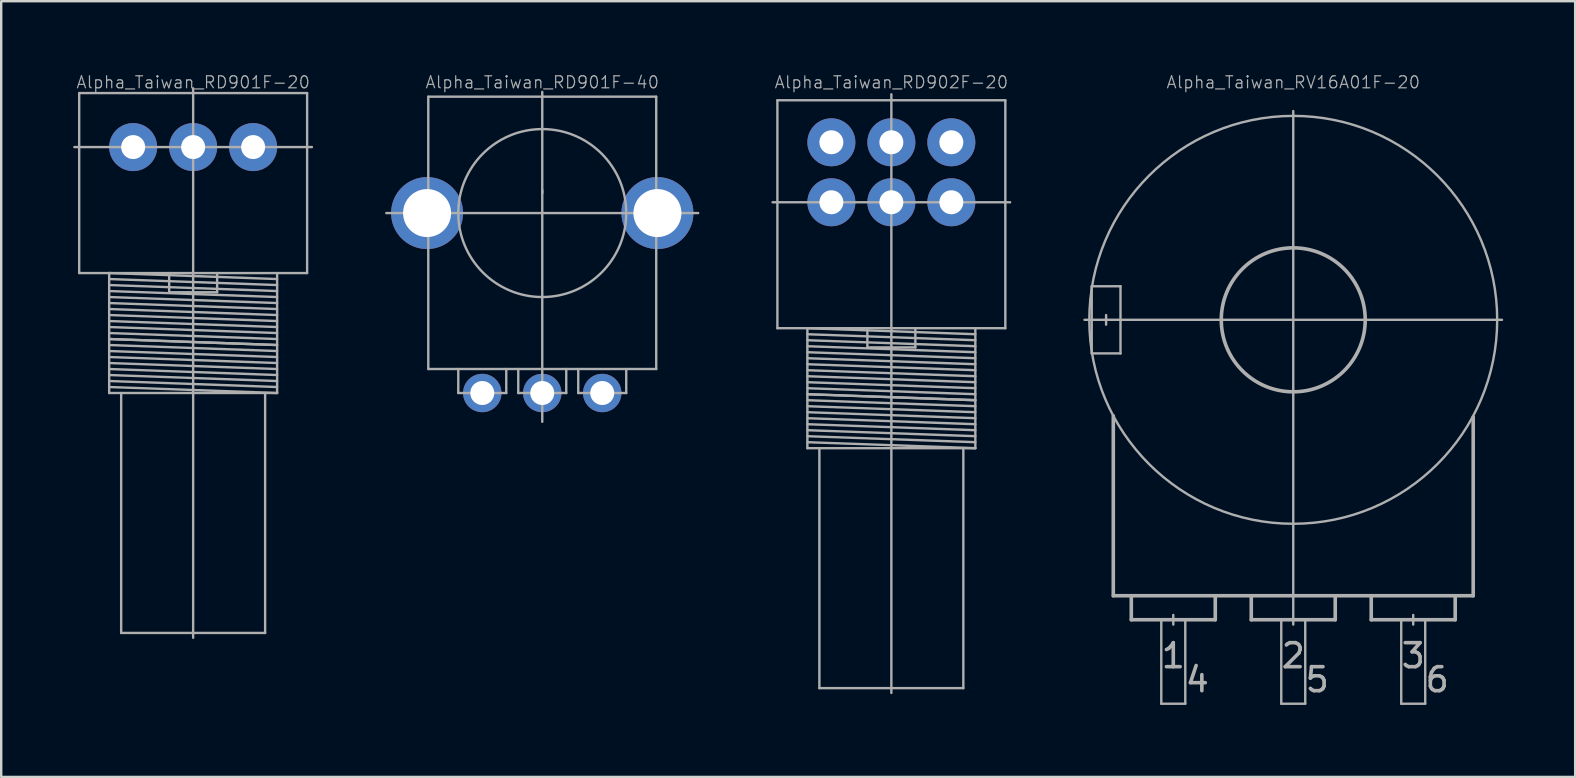
<source format=kicad_pcb>
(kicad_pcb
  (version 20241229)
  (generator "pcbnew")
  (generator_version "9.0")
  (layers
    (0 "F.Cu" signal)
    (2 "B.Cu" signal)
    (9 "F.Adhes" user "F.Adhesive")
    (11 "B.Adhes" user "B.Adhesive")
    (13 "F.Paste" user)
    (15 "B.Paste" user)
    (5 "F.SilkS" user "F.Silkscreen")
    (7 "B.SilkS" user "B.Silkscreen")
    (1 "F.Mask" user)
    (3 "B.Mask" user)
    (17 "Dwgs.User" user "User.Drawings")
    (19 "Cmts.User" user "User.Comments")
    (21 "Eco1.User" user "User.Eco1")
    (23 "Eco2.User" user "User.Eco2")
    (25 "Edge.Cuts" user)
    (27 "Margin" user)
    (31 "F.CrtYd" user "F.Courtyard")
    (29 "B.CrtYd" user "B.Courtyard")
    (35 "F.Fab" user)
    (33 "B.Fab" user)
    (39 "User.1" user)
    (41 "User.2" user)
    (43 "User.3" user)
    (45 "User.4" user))
  (footprint "Alpha_Taiwan_RD901F-40"
    (layer "F.Cu")
    (at 19.55 5.83)
    (property "Reference" "Alpha_Taiwan_RD901F-40" (at 0 -5.45 0) (layer "F.Fab") (effects (font (size 0.5 0.5) (thickness 0.05))))
    (attr through_hole)
    (fp_line (start -4.75 -4.85) (end 4.75 -4.85) (stroke (width 0.1) (type solid)) (layer "F.Fab"))
    (fp_line (start -4.75 6.5) (end -4.75 -4.85) (stroke (width 0.1) (type solid)) (layer "F.Fab"))
    (fp_line (start -3.5 6.5) (end -3.5 7.5) (stroke (width 0.1) (type solid)) (layer "F.Fab"))
    (fp_line (start -3.5 7.5) (end -1.5 7.5) (stroke (width 0.1) (type solid)) (layer "F.Fab"))
    (fp_line (start -1.5 7.5) (end -1.5 6.5) (stroke (width 0.1) (type solid)) (layer "F.Fab"))
    (fp_line (start -1 6.5) (end -1 7.5) (stroke (width 0.1) (type solid)) (layer "F.Fab"))
    (fp_line (start -1 7.5) (end 1 7.5) (stroke (width 0.1) (type solid)) (layer "F.Fab"))
    (fp_line (start 0 -5.05) (end 0 8.7) (stroke (width 0.1) (type solid)) (layer "F.Fab"))
    (fp_line (start 0 -0.825) (end 0 -0.95) (stroke (width 0.1) (type solid)) (layer "F.Fab"))
    (fp_line (start 1 7.5) (end 1 6.5) (stroke (width 0.1) (type solid)) (layer "F.Fab"))
    (fp_line (start 1.5 6.5) (end 1.5 7.5) (stroke (width 0.1) (type solid)) (layer "F.Fab"))
    (fp_line (start 1.5 7.5) (end 3.5 7.5) (stroke (width 0.1) (type solid)) (layer "F.Fab"))
    (fp_line (start 3.5 7.5) (end 3.5 6.5) (stroke (width 0.1) (type solid)) (layer "F.Fab"))
    (fp_line (start 4.75 -4.85) (end 4.75 6.5) (stroke (width 0.1) (type solid)) (layer "F.Fab"))
    (fp_line (start 4.75 6.5) (end -4.75 6.5) (stroke (width 0.1) (type solid)) (layer "F.Fab"))
    (fp_line (start 6.5 0) (end -6.5 0) (stroke (width 0.1) (type solid)) (layer "F.Fab"))
    (fp_circle (center 0 0) (end 3.5 0) (stroke (width 0.1) (type solid)) (fill no) (layer "F.Fab"))
    (pad "1" thru_hole circle (at -2.5 7.5) (size 1.6 1.6) (drill 1) (layers "*.Cu" "*.Mask"))
    (pad "2" thru_hole circle (at 0 7.5) (size 1.6 1.6) (drill 1) (layers "*.Cu" "*.Mask"))
    (pad "3" thru_hole circle (at 2.5 7.5) (size 1.6 1.6) (drill 1) (layers "*.Cu" "*.Mask"))
    (pad "MH" thru_hole circle (at -4.8 0) (size 3 3) (drill 2) (layers "*.Cu" "*.Mask"))
    (pad "MH" thru_hole circle (at 4.8 0) (size 3 3) (drill 2) (layers "*.Cu" "*.Mask")))
  (footprint "Alpha_Taiwan_RD902F-20"
    (layer "F.Cu")
    (at 34.1 5.38)
    (property "Reference" "Alpha_Taiwan_RD902F-20" (at 0 -5 0) (layer "F.Fab") (effects (font (size 0.5 0.5) (thickness 0.05))))
    (attr through_hole)
    (fp_line (start -4.95 0) (end 4.95 0) (stroke (width 0.1) (type solid)) (layer "F.Fab"))
    (fp_line (start -4.75 -4.25) (end -4.75 5.25) (stroke (width 0.1) (type solid)) (layer "F.Fab"))
    (fp_line (start -4.75 5.25) (end 4.75 5.25) (stroke (width 0.1) (type solid)) (layer "F.Fab"))
    (fp_line (start -3.5 5.25) (end -3.5 10.25) (stroke (width 0.1) (type solid)) (layer "F.Fab"))
    (fp_line (start -3.5 5.25) (end 3.5 5.5) (stroke (width 0.1) (type solid)) (layer "F.Fab"))
    (fp_line (start -3.5 5.5) (end 3.5 5.75) (stroke (width 0.1) (type solid)) (layer "F.Fab"))
    (fp_line (start -3.5 5.75) (end 3.5 6) (stroke (width 0.1) (type solid)) (layer "F.Fab"))
    (fp_line (start -3.5 10.25) (end 3.5 10.25) (stroke (width 0.1) (type solid)) (layer "F.Fab"))
    (fp_line (start -3 10.25) (end -3 20.25) (stroke (width 0.1) (type solid)) (layer "F.Fab"))
    (fp_line (start -3 20.25) (end 3 20.25) (stroke (width 0.1) (type solid)) (layer "F.Fab"))
    (fp_line (start -1 5.25) (end -1 6.05) (stroke (width 0.1) (type solid)) (layer "F.Fab"))
    (fp_line (start -1 6.05) (end 1 6.05) (stroke (width 0.1) (type solid)) (layer "F.Fab"))
    (fp_line (start 0 -4.5) (end 0 20.45) (stroke (width 0.1) (type solid)) (layer "F.Fab"))
    (fp_line (start 1 6.05) (end 1 5.25) (stroke (width 0.1) (type solid)) (layer "F.Fab"))
    (fp_line (start 3 20.25) (end 3 10.25) (stroke (width 0.1) (type solid)) (layer "F.Fab"))
    (fp_line (start 3.5 6.25) (end -3.5 6) (stroke (width 0.1) (type solid)) (layer "F.Fab"))
    (fp_line (start 3.5 6.5) (end -3.5 6.25) (stroke (width 0.1) (type solid)) (layer "F.Fab"))
    (fp_line (start 3.5 6.75) (end -3.5 6.5) (stroke (width 0.1) (type solid)) (layer "F.Fab"))
    (fp_line (start 3.5 7) (end -3.5 6.75) (stroke (width 0.1) (type solid)) (layer "F.Fab"))
    (fp_line (start 3.5 7.25) (end -3.5 7) (stroke (width 0.1) (type solid)) (layer "F.Fab"))
    (fp_line (start 3.5 7.5) (end -3.5 7.25) (stroke (width 0.1) (type solid)) (layer "F.Fab"))
    (fp_line (start 3.5 7.75) (end -3.5 7.5) (stroke (width 0.1) (type solid)) (layer "F.Fab"))
    (fp_line (start 3.5 8) (end -3.5 7.75) (stroke (width 0.1) (type solid)) (layer "F.Fab"))
    (fp_line (start 3.5 8.25) (end -3.5 8) (stroke (width 0.1) (type solid)) (layer "F.Fab"))
    (fp_line (start 3.5 8.25) (end -3.5 8) (stroke (width 0.1) (type solid)) (layer "F.Fab"))
    (fp_line (start 3.5 8.5) (end -3.5 8.25) (stroke (width 0.1) (type solid)) (layer "F.Fab"))
    (fp_line (start 3.5 8.75) (end -3.5 8.5) (stroke (width 0.1) (type solid)) (layer "F.Fab"))
    (fp_line (start 3.5 9) (end -3.5 8.75) (stroke (width 0.1) (type solid)) (layer "F.Fab"))
    (fp_line (start 3.5 9.25) (end -3.5 9) (stroke (width 0.1) (type solid)) (layer "F.Fab"))
    (fp_line (start 3.5 9.5) (end -3.5 9.25) (stroke (width 0.1) (type solid)) (layer "F.Fab"))
    (fp_line (start 3.5 9.75) (end -3.5 9.5) (stroke (width 0.1) (type solid)) (layer "F.Fab"))
    (fp_line (start 3.5 10) (end -3.5 9.75) (stroke (width 0.1) (type solid)) (layer "F.Fab"))
    (fp_line (start 3.5 10.25) (end -3.5 10) (stroke (width 0.1) (type solid)) (layer "F.Fab"))
    (fp_line (start 3.5 10.25) (end 3.5 5.25) (stroke (width 0.1) (type solid)) (layer "F.Fab"))
    (fp_line (start 4.75 -4.25) (end -4.75 -4.25) (stroke (width 0.1) (type solid)) (layer "F.Fab"))
    (fp_line (start 4.75 5.25) (end 4.75 -4.25) (stroke (width 0.1) (type solid)) (layer "F.Fab"))
    (pad "1" thru_hole circle (at -2.5 0) (size 2 2) (drill 1) (layers "*.Cu" "*.Mask"))
    (pad "2" thru_hole circle (at 0 0) (size 2 2) (drill 1) (layers "*.Cu" "*.Mask"))
    (pad "3" thru_hole circle (at 2.5 0) (size 2 2) (drill 1) (layers "*.Cu" "*.Mask"))
    (pad "4" thru_hole circle (at -2.5 -2.5) (size 2 2) (drill 1) (layers "*.Cu" "*.Mask"))
    (pad "5" thru_hole circle (at 0 -2.5) (size 2 2) (drill 1) (layers "*.Cu" "*.Mask"))
    (pad "6" thru_hole circle (at 2.5 -2.5) (size 2 2) (drill 1) (layers "*.Cu" "*.Mask")))
  (footprint "Alpha_Taiwan_RD901F-20"
    (layer "F.Cu")
    (at 5 3.08)
    (property "Reference" "Alpha_Taiwan_RD901F-20" (at 0 -2.7 0) (layer "F.Fab") (effects (font (size 0.5 0.5) (thickness 0.05))))
    (attr through_hole)
    (fp_line (start -4.95 0) (end 4.95 0) (stroke (width 0.1) (type solid)) (layer "F.Fab"))
    (fp_line (start -4.75 -2.25) (end -4.75 5.25) (stroke (width 0.1) (type solid)) (layer "F.Fab"))
    (fp_line (start -4.75 5.25) (end 4.75 5.25) (stroke (width 0.1) (type solid)) (layer "F.Fab"))
    (fp_line (start -3.5 5.25) (end -3.5 10.25) (stroke (width 0.1) (type solid)) (layer "F.Fab"))
    (fp_line (start -3.5 5.25) (end 3.5 5.5) (stroke (width 0.1) (type solid)) (layer "F.Fab"))
    (fp_line (start -3.5 5.5) (end 3.5 5.75) (stroke (width 0.1) (type solid)) (layer "F.Fab"))
    (fp_line (start -3.5 5.75) (end 3.5 6) (stroke (width 0.1) (type solid)) (layer "F.Fab"))
    (fp_line (start -3.5 10.25) (end 3.5 10.25) (stroke (width 0.1) (type solid)) (layer "F.Fab"))
    (fp_line (start -3 10.25) (end -3 20.25) (stroke (width 0.1) (type solid)) (layer "F.Fab"))
    (fp_line (start -3 20.25) (end 3 20.25) (stroke (width 0.1) (type solid)) (layer "F.Fab"))
    (fp_line (start -1 5.25) (end -1 6.05) (stroke (width 0.1) (type solid)) (layer "F.Fab"))
    (fp_line (start -1 6.05) (end 1 6.05) (stroke (width 0.1) (type solid)) (layer "F.Fab"))
    (fp_line (start 0 -2.45) (end 0 20.45) (stroke (width 0.1) (type solid)) (layer "F.Fab"))
    (fp_line (start 1 6.05) (end 1 5.25) (stroke (width 0.1) (type solid)) (layer "F.Fab"))
    (fp_line (start 3 20.25) (end 3 10.25) (stroke (width 0.1) (type solid)) (layer "F.Fab"))
    (fp_line (start 3.5 6.25) (end -3.5 6) (stroke (width 0.1) (type solid)) (layer "F.Fab"))
    (fp_line (start 3.5 6.5) (end -3.5 6.25) (stroke (width 0.1) (type solid)) (layer "F.Fab"))
    (fp_line (start 3.5 6.75) (end -3.5 6.5) (stroke (width 0.1) (type solid)) (layer "F.Fab"))
    (fp_line (start 3.5 7) (end -3.5 6.75) (stroke (width 0.1) (type solid)) (layer "F.Fab"))
    (fp_line (start 3.5 7.25) (end -3.5 7) (stroke (width 0.1) (type solid)) (layer "F.Fab"))
    (fp_line (start 3.5 7.5) (end -3.5 7.25) (stroke (width 0.1) (type solid)) (layer "F.Fab"))
    (fp_line (start 3.5 7.75) (end -3.5 7.5) (stroke (width 0.1) (type solid)) (layer "F.Fab"))
    (fp_line (start 3.5 8) (end -3.5 7.75) (stroke (width 0.1) (type solid)) (layer "F.Fab"))
    (fp_line (start 3.5 8.25) (end -3.5 8) (stroke (width 0.1) (type solid)) (layer "F.Fab"))
    (fp_line (start 3.5 8.25) (end -3.5 8) (stroke (width 0.1) (type solid)) (layer "F.Fab"))
    (fp_line (start 3.5 8.5) (end -3.5 8.25) (stroke (width 0.1) (type solid)) (layer "F.Fab"))
    (fp_line (start 3.5 8.75) (end -3.5 8.5) (stroke (width 0.1) (type solid)) (layer "F.Fab"))
    (fp_line (start 3.5 9) (end -3.5 8.75) (stroke (width 0.1) (type solid)) (layer "F.Fab"))
    (fp_line (start 3.5 9.25) (end -3.5 9) (stroke (width 0.1) (type solid)) (layer "F.Fab"))
    (fp_line (start 3.5 9.5) (end -3.5 9.25) (stroke (width 0.1) (type solid)) (layer "F.Fab"))
    (fp_line (start 3.5 9.75) (end -3.5 9.5) (stroke (width 0.1) (type solid)) (layer "F.Fab"))
    (fp_line (start 3.5 10) (end -3.5 9.75) (stroke (width 0.1) (type solid)) (layer "F.Fab"))
    (fp_line (start 3.5 10.25) (end -3.5 10) (stroke (width 0.1) (type solid)) (layer "F.Fab"))
    (fp_line (start 3.5 10.25) (end 3.5 5.25) (stroke (width 0.1) (type solid)) (layer "F.Fab"))
    (fp_line (start 4.75 -2.25) (end -4.75 -2.25) (stroke (width 0.1) (type solid)) (layer "F.Fab"))
    (fp_line (start 4.75 5.25) (end 4.75 -2.25) (stroke (width 0.1) (type solid)) (layer "F.Fab"))
    (pad "1" thru_hole circle (at -2.5 0) (size 2 2) (drill 1) (layers "*.Cu" "*.Mask"))
    (pad "2" thru_hole circle (at 0 0) (size 2 2) (drill 1) (layers "*.Cu" "*.Mask"))
    (pad "3" thru_hole circle (at 2.5 0) (size 2 2) (drill 1) (layers "*.Cu" "*.Mask")))
  (footprint "Alpha_Taiwan_RV16A01F-20"
    (layer "F.Cu")
    (at 50.85 10.28)
    (property "Reference" "Alpha_Taiwan_RV16A01F-20" (at 0 -9.9 0) (layer "F.Fab") (effects (font (size 0.5 0.5) (thickness 0.05))))
    (attr through_hole)
    (fp_line (start -8.7 0) (end 8.7 0) (stroke (width 0.1) (type solid)) (layer "F.Fab"))
    (fp_line (start -8.4 -1.4) (end -7.2 -1.4) (stroke (width 0.1) (type solid)) (layer "F.Fab"))
    (fp_line (start -8.4 1.4) (end -8.4 -1.4) (stroke (width 0.1) (type solid)) (layer "F.Fab"))
    (fp_line (start -7.8 -0.2) (end -7.8 0.2) (stroke (width 0.1) (type solid)) (layer "F.Fab"))
    (fp_line (start -7.5 11.5) (end -7.5 4) (stroke (width 0.15) (type solid)) (layer "F.Fab"))
    (fp_line (start -7.5 11.5) (end 7.5 11.5) (stroke (width 0.15) (type solid)) (layer "F.Fab"))
    (fp_line (start -7.2 -1.4) (end -7.2 1.4) (stroke (width 0.1) (type solid)) (layer "F.Fab"))
    (fp_line (start -7.2 1.4) (end -8.4 1.4) (stroke (width 0.1) (type solid)) (layer "F.Fab"))
    (fp_line (start -6.75 11.5) (end -6.75 12.5) (stroke (width 0.15) (type solid)) (layer "F.Fab"))
    (fp_line (start -6.75 12.5) (end -3.25 12.5) (stroke (width 0.15) (type solid)) (layer "F.Fab"))
    (fp_line (start -5.5 12.5) (end -5.5 16) (stroke (width 0.1) (type solid)) (layer "F.Fab"))
    (fp_line (start -5.5 16) (end -4.5 16) (stroke (width 0.1) (type solid)) (layer "F.Fab"))
    (fp_line (start -5 12.3) (end -5 12.7) (stroke (width 0.1) (type solid)) (layer "F.Fab"))
    (fp_line (start -4.5 16) (end -4.5 12.5) (stroke (width 0.1) (type solid)) (layer "F.Fab"))
    (fp_line (start -3.25 12.5) (end -3.25 11.5) (stroke (width 0.15) (type solid)) (layer "F.Fab"))
    (fp_line (start -1.75 12.5) (end -1.75 11.5) (stroke (width 0.15) (type solid)) (layer "F.Fab"))
    (fp_line (start -0.5 12.5) (end -0.5 16) (stroke (width 0.1) (type solid)) (layer "F.Fab"))
    (fp_line (start -0.5 16) (end 0.5 16) (stroke (width 0.1) (type solid)) (layer "F.Fab"))
    (fp_line (start 0 0) (end 0 -8.7) (stroke (width 0.1) (type solid)) (layer "F.Fab"))
    (fp_line (start 0 0) (end 0 12.7) (stroke (width 0.1) (type solid)) (layer "F.Fab"))
    (fp_line (start 0.5 16) (end 0.5 12.5) (stroke (width 0.1) (type solid)) (layer "F.Fab"))
    (fp_line (start 1.75 11.5) (end 1.75 12.5) (stroke (width 0.15) (type solid)) (layer "F.Fab"))
    (fp_line (start 1.75 12.5) (end -1.75 12.5) (stroke (width 0.15) (type solid)) (layer "F.Fab"))
    (fp_line (start 3.25 11.5) (end 3.25 12.5) (stroke (width 0.15) (type solid)) (layer "F.Fab"))
    (fp_line (start 3.25 12.5) (end 6.75 12.5) (stroke (width 0.15) (type solid)) (layer "F.Fab"))
    (fp_line (start 4.5 12.5) (end 4.5 16) (stroke (width 0.1) (type solid)) (layer "F.Fab"))
    (fp_line (start 4.5 16) (end 5.5 16) (stroke (width 0.1) (type solid)) (layer "F.Fab"))
    (fp_line (start 5 12.3) (end 5 12.7) (stroke (width 0.1) (type solid)) (layer "F.Fab"))
    (fp_line (start 5.5 16) (end 5.5 12.5) (stroke (width 0.1) (type solid)) (layer "F.Fab"))
    (fp_line (start 6.75 11.5) (end 6.75 12.5) (stroke (width 0.15) (type solid)) (layer "F.Fab"))
    (fp_line (start 7.5 11.5) (end 7.5 4.05) (stroke (width 0.15) (type solid)) (layer "F.Fab"))
    (fp_circle (center 0 0) (end 0 -8.5) (stroke (width 0.1) (type solid)) (fill no) (layer "F.Fab"))
    (fp_circle (center 0 0) (end 3 0) (stroke (width 0.15) (type solid)) (fill no) (layer "F.Fab"))
    (fp_text user "6" (at 6 15 0) (layer "F.Fab") (effects (font (size 1 1) (thickness 0.15))))
    (fp_text user "1" (at -5 14 0) (layer "F.Fab") (effects (font (size 1 1) (thickness 0.15))))
    (fp_text user "4" (at -4 15 0) (layer "F.Fab") (effects (font (size 1 1) (thickness 0.15))))
    (fp_text user "3" (at 5 14 0) (layer "F.Fab") (effects (font (size 1 1) (thickness 0.15))))
    (fp_text user "2" (at 0 14 0) (layer "F.Fab") (effects (font (size 1 1) (thickness 0.15))))
    (fp_text user "5" (at 1 15 0) (layer "F.Fab") (effects (font (size 1 1) (thickness 0.15)))))
  (gr_rect
    (start -3 -3)
    (end 62.6 29.33)
    (stroke (width 0.1) (type default))
    (fill no)
    (layer "Edge.Cuts")))
</source>
